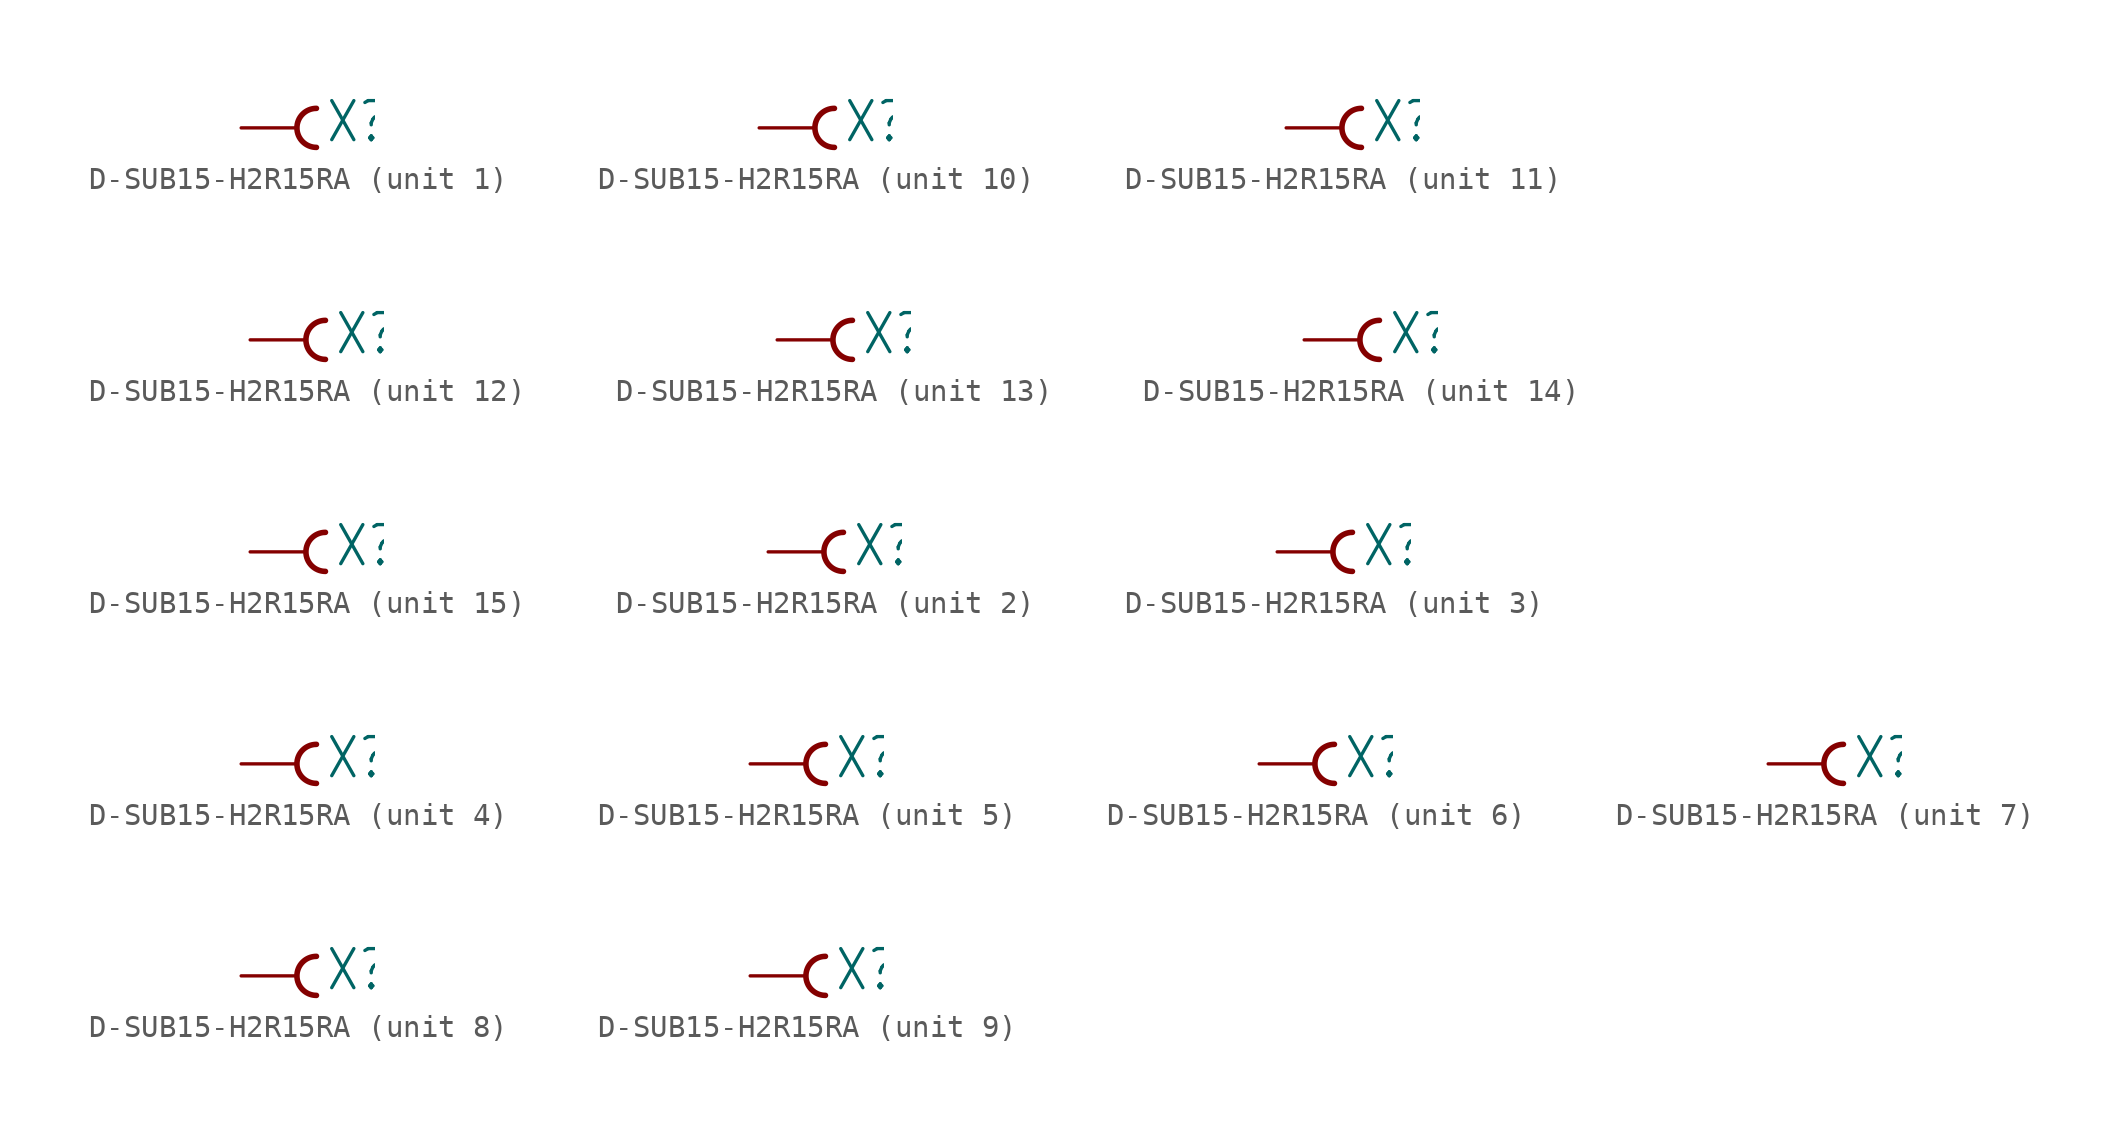
<source format=kicad_sym>
(kicad_symbol_lib
  (version 20220914)
  (generator kicad_symbol_editor)
  (symbol "D-SUB15-H2R15RA"
    (property "Reference" "X"
      (at 1.27 -0.762 0)
      (effects (font (size 1.778 1.511)) (justify left bottom)))
    (property "ki_locked" ""
      (at 0 0 0)
      (effects (font (size 1.27 1.27))))
    (symbol "D-SUB15-H2R15RA_1_0"
      (arc (start 0.889 0.889) (mid 0 0) (end 0.889 -0.889) (stroke (width 0.254) (type solid)) (fill (type none)))
      (pin passive line (at -2.54 0 0) (length 2.54) (name "F" (effects (font (size 0 0)))) (number "1" (effects (font (size 0 0))))))
    (symbol "D-SUB15-H2R15RA_2_0"
      (arc (start 0.889 0.889) (mid 0 0) (end 0.889 -0.889) (stroke (width 0.254) (type solid)) (fill (type none)))
      (pin passive line (at -2.54 0 0) (length 2.54) (name "F" (effects (font (size 0 0)))) (number "2" (effects (font (size 0 0))))))
    (symbol "D-SUB15-H2R15RA_3_0"
      (arc (start 0.889 0.889) (mid 0 0) (end 0.889 -0.889) (stroke (width 0.254) (type solid)) (fill (type none)))
      (pin passive line (at -2.54 0 0) (length 2.54) (name "F" (effects (font (size 0 0)))) (number "3" (effects (font (size 0 0))))))
    (symbol "D-SUB15-H2R15RA_4_0"
      (arc (start 0.889 0.889) (mid 0 0) (end 0.889 -0.889) (stroke (width 0.254) (type solid)) (fill (type none)))
      (pin passive line (at -2.54 0 0) (length 2.54) (name "F" (effects (font (size 0 0)))) (number "4" (effects (font (size 0 0))))))
    (symbol "D-SUB15-H2R15RA_5_0"
      (arc (start 0.889 0.889) (mid 0 0) (end 0.889 -0.889) (stroke (width 0.254) (type solid)) (fill (type none)))
      (pin passive line (at -2.54 0 0) (length 2.54) (name "F" (effects (font (size 0 0)))) (number "5" (effects (font (size 0 0))))))
    (symbol "D-SUB15-H2R15RA_6_0"
      (arc (start 0.889 0.889) (mid 0 0) (end 0.889 -0.889) (stroke (width 0.254) (type solid)) (fill (type none)))
      (pin passive line (at -2.54 0 0) (length 2.54) (name "F" (effects (font (size 0 0)))) (number "6" (effects (font (size 0 0))))))
    (symbol "D-SUB15-H2R15RA_7_0"
      (arc (start 0.889 0.889) (mid 0 0) (end 0.889 -0.889) (stroke (width 0.254) (type solid)) (fill (type none)))
      (pin passive line (at -2.54 0 0) (length 2.54) (name "F" (effects (font (size 0 0)))) (number "7" (effects (font (size 0 0))))))
    (symbol "D-SUB15-H2R15RA_8_0"
      (arc (start 0.889 0.889) (mid 0 0) (end 0.889 -0.889) (stroke (width 0.254) (type solid)) (fill (type none)))
      (pin passive line (at -2.54 0 0) (length 2.54) (name "F" (effects (font (size 0 0)))) (number "8" (effects (font (size 0 0))))))
    (symbol "D-SUB15-H2R15RA_9_0"
      (arc (start 0.889 0.889) (mid 0 0) (end 0.889 -0.889) (stroke (width 0.254) (type solid)) (fill (type none)))
      (pin passive line (at -2.54 0 0) (length 2.54) (name "F" (effects (font (size 0 0)))) (number "9" (effects (font (size 0 0))))))
    (symbol "D-SUB15-H2R15RA_10_0"
      (arc (start 0.889 0.889) (mid 0 0) (end 0.889 -0.889) (stroke (width 0.254) (type solid)) (fill (type none)))
      (pin passive line (at -2.54 0 0) (length 2.54) (name "F" (effects (font (size 0 0)))) (number "10" (effects (font (size 0 0))))))
    (symbol "D-SUB15-H2R15RA_11_0"
      (arc (start 0.889 0.889) (mid 0 0) (end 0.889 -0.889) (stroke (width 0.254) (type solid)) (fill (type none)))
      (pin passive line (at -2.54 0 0) (length 2.54) (name "F" (effects (font (size 0 0)))) (number "11" (effects (font (size 0 0))))))
    (symbol "D-SUB15-H2R15RA_12_0"
      (arc (start 0.889 0.889) (mid 0 0) (end 0.889 -0.889) (stroke (width 0.254) (type solid)) (fill (type none)))
      (pin passive line (at -2.54 0 0) (length 2.54) (name "F" (effects (font (size 0 0)))) (number "12" (effects (font (size 0 0))))))
    (symbol "D-SUB15-H2R15RA_13_0"
      (arc (start 0.889 0.889) (mid 0 0) (end 0.889 -0.889) (stroke (width 0.254) (type solid)) (fill (type none)))
      (pin passive line (at -2.54 0 0) (length 2.54) (name "F" (effects (font (size 0 0)))) (number "13" (effects (font (size 0 0))))))
    (symbol "D-SUB15-H2R15RA_14_0"
      (arc (start 0.889 0.889) (mid 0 0) (end 0.889 -0.889) (stroke (width 0.254) (type solid)) (fill (type none)))
      (pin passive line (at -2.54 0 0) (length 2.54) (name "F" (effects (font (size 0 0)))) (number "14" (effects (font (size 0 0))))))
    (symbol "D-SUB15-H2R15RA_15_0"
      (arc (start 0.889 0.889) (mid 0 0) (end 0.889 -0.889) (stroke (width 0.254) (type solid)) (fill (type none)))
      (pin passive line (at -2.54 0 0) (length 2.54) (name "F" (effects (font (size 0 0)))) (number "15" (effects (font (size 0 0))))))))
</source>
